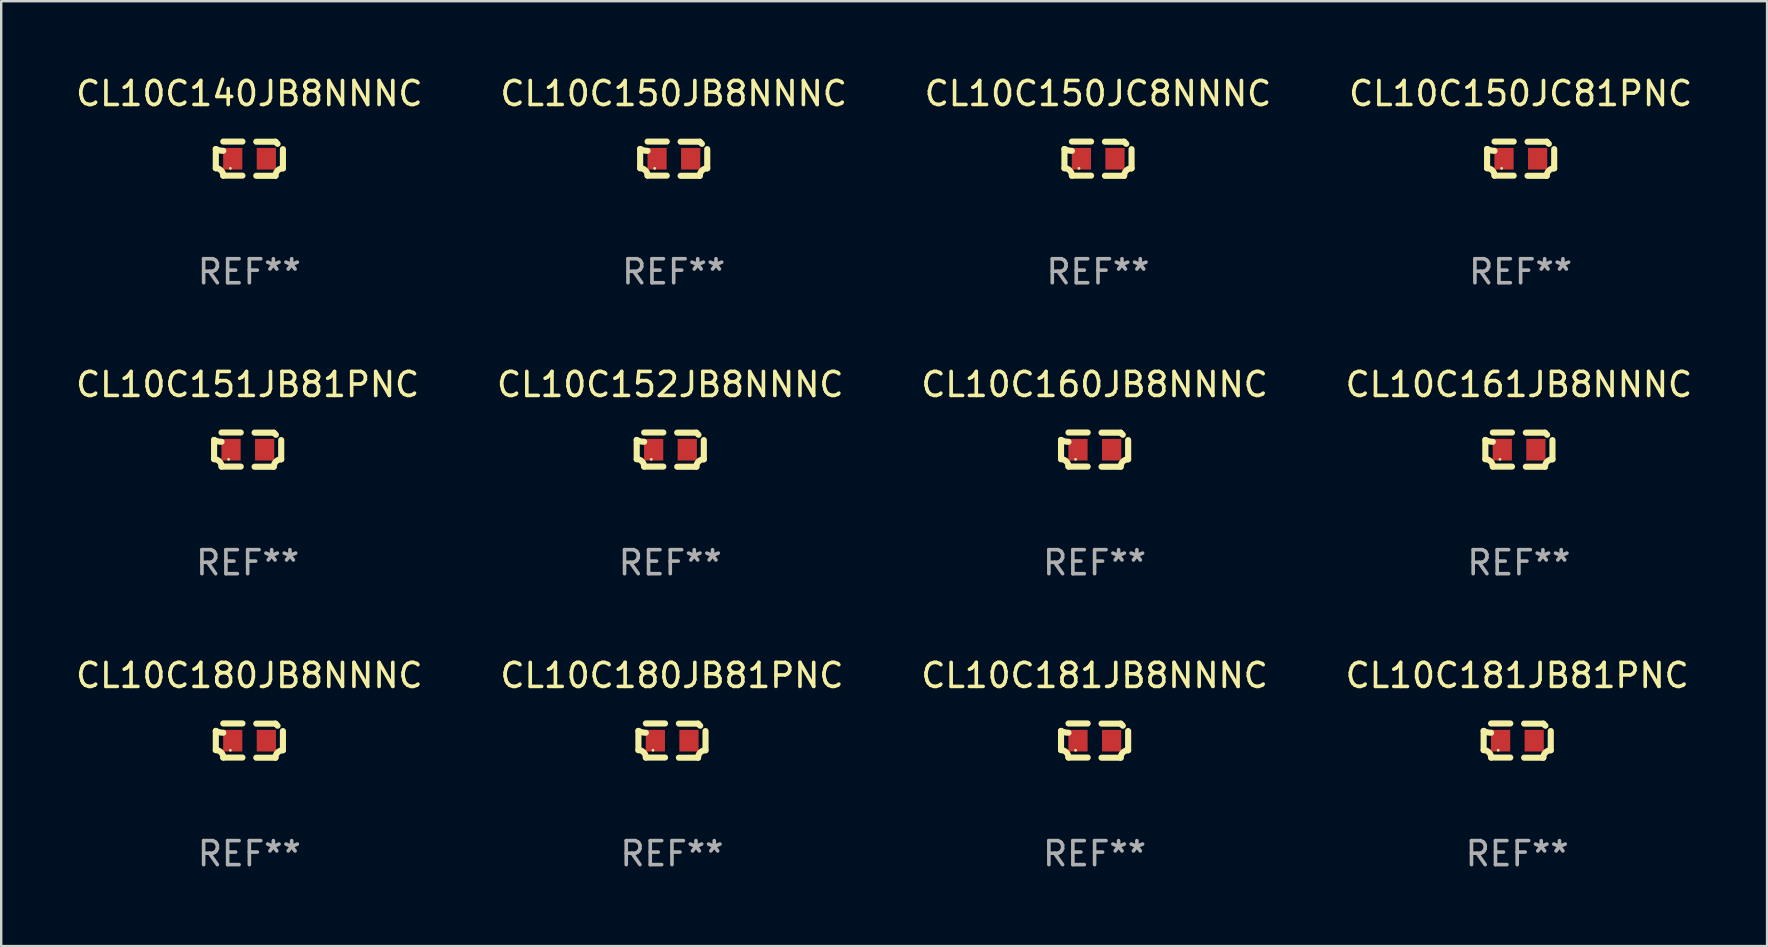
<source format=kicad_pcb>
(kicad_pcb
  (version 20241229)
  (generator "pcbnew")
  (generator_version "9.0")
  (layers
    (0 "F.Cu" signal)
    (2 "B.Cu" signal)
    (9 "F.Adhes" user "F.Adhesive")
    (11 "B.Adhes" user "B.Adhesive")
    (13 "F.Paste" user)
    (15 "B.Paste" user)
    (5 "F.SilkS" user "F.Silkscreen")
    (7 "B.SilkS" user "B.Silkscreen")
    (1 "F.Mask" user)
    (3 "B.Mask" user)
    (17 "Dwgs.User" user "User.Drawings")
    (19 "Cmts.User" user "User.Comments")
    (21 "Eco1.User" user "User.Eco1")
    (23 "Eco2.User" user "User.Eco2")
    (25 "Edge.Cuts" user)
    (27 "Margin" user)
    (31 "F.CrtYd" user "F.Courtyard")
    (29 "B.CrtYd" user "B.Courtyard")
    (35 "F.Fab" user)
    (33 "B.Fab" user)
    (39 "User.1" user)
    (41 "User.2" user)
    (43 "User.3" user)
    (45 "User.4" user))
  (footprint "CL10C140JB8NNNC"
    (layer "F.Cu")
    (at 7.339 3.561)
    (property "Reference" "CL10C140JB8NNNC" (at 0 -2.713 0) (layer "F.SilkS") (effects (font (size 1 1) (thickness 0.15))))
    (attr through_hole)
    (fp_line (start -1.398 -0.403) (end -1.398 0.397) (stroke (width 0.254) (type solid)) (layer "F.SilkS"))
    (fp_line (start -0.288 -0.713) (end -1.088 -0.713) (stroke (width 0.254) (type solid)) (layer "F.SilkS"))
    (fp_line (start -0.288 0.707) (end -1.088 0.707) (stroke (width 0.254) (type solid)) (layer "F.SilkS"))
    (fp_line (start 0.288 -0.707) (end 1.088 -0.707) (stroke (width 0.254) (type solid)) (layer "F.SilkS"))
    (fp_line (start 0.288 0.713) (end 1.088 0.713) (stroke (width 0.254) (type solid)) (layer "F.SilkS"))
    (fp_line (start 1.398 -0.397) (end 1.398 0.403) (stroke (width 0.254) (type solid)) (layer "F.SilkS"))
    (fp_arc (start -1.397789 0.397066) (mid -1.178701 0.487826) (end -1.08796 0.706922) (stroke (width 0.254001) (type solid)) (layer "F.SilkS"))
    (fp_arc (start -1.08796 -0.327176) (mid -1.247436 -0.346384) (end -1.39779 -0.402908) (stroke (width 0.254001) (type solid)) (layer "F.SilkS"))
    (fp_arc (start 1.087909 0.712738) (mid 1.178656 0.493655) (end 1.397739 0.402908) (stroke (width 0.254001) (type solid)) (layer "F.SilkS"))
    (fp_arc (start 1.175925 -0.618926) (mid 1.131917 -0.662923) (end 1.08791 -0.706922) (stroke (width 0.254001) (type solid)) (layer "F.SilkS"))
    (fp_circle (center -0.792 0.403) (end -0.762 0.403) (stroke (width 0.06) (type solid)) (fill no) (layer "F.SilkS"))
    (fp_text user "REF**" (at 0 4.713 0) (layer "F.Fab") (effects (font (size 1 1) (thickness 0.15))))
    (pad "1" smd rect (at -0.692 0.003) (size 0.8 0.9) (layers "F.Cu" "F.Mask" "F.Paste"))
    (pad "2" smd rect (at 0.708 0.003) (size 0.8 0.9) (layers "F.Cu" "F.Mask" "F.Paste")))
  (footprint "CL10C150JC8NNNC"
    (layer "F.Cu")
    (at 42.696 3.561)
    (property "Reference" "CL10C150JC8NNNC" (at 0 -2.713 0) (layer "F.SilkS") (effects (font (size 1 1) (thickness 0.15))))
    (attr through_hole)
    (fp_line (start -1.398 -0.403) (end -1.398 0.397) (stroke (width 0.254) (type solid)) (layer "F.SilkS"))
    (fp_line (start -0.288 -0.713) (end -1.088 -0.713) (stroke (width 0.254) (type solid)) (layer "F.SilkS"))
    (fp_line (start -0.288 0.707) (end -1.088 0.707) (stroke (width 0.254) (type solid)) (layer "F.SilkS"))
    (fp_line (start 0.288 -0.707) (end 1.088 -0.707) (stroke (width 0.254) (type solid)) (layer "F.SilkS"))
    (fp_line (start 0.288 0.713) (end 1.088 0.713) (stroke (width 0.254) (type solid)) (layer "F.SilkS"))
    (fp_line (start 1.398 -0.397) (end 1.398 0.403) (stroke (width 0.254) (type solid)) (layer "F.SilkS"))
    (fp_arc (start -1.397789 0.397066) (mid -1.178701 0.487826) (end -1.08796 0.706922) (stroke (width 0.254001) (type solid)) (layer "F.SilkS"))
    (fp_arc (start -1.08796 -0.327176) (mid -1.247436 -0.346384) (end -1.39779 -0.402908) (stroke (width 0.254001) (type solid)) (layer "F.SilkS"))
    (fp_arc (start 1.087909 0.712738) (mid 1.178656 0.493655) (end 1.397739 0.402908) (stroke (width 0.254001) (type solid)) (layer "F.SilkS"))
    (fp_arc (start 1.175925 -0.618926) (mid 1.131917 -0.662923) (end 1.08791 -0.706922) (stroke (width 0.254001) (type solid)) (layer "F.SilkS"))
    (fp_circle (center -0.792 0.403) (end -0.762 0.403) (stroke (width 0.06) (type solid)) (fill no) (layer "F.SilkS"))
    (fp_text user "REF**" (at 0 4.713 0) (layer "F.Fab") (effects (font (size 1 1) (thickness 0.15))))
    (pad "1" smd rect (at -0.692 0.003) (size 0.8 0.9) (layers "F.Cu" "F.Mask" "F.Paste"))
    (pad "2" smd rect (at 0.708 0.003) (size 0.8 0.9) (layers "F.Cu" "F.Mask" "F.Paste")))
  (footprint "CL10C180JB8NNNC"
    (layer "F.Cu")
    (at 7.339 27.805)
    (property "Reference" "CL10C180JB8NNNC" (at 0 -2.713 0) (layer "F.SilkS") (effects (font (size 1 1) (thickness 0.15))))
    (attr through_hole)
    (fp_line (start -1.398 -0.403) (end -1.398 0.397) (stroke (width 0.254) (type solid)) (layer "F.SilkS"))
    (fp_line (start -0.288 -0.713) (end -1.088 -0.713) (stroke (width 0.254) (type solid)) (layer "F.SilkS"))
    (fp_line (start -0.288 0.707) (end -1.088 0.707) (stroke (width 0.254) (type solid)) (layer "F.SilkS"))
    (fp_line (start 0.288 -0.707) (end 1.088 -0.707) (stroke (width 0.254) (type solid)) (layer "F.SilkS"))
    (fp_line (start 0.288 0.713) (end 1.088 0.713) (stroke (width 0.254) (type solid)) (layer "F.SilkS"))
    (fp_line (start 1.398 -0.397) (end 1.398 0.403) (stroke (width 0.254) (type solid)) (layer "F.SilkS"))
    (fp_arc (start -1.397789 0.397066) (mid -1.178701 0.487826) (end -1.08796 0.706922) (stroke (width 0.254001) (type solid)) (layer "F.SilkS"))
    (fp_arc (start -1.08796 -0.327176) (mid -1.247436 -0.346384) (end -1.39779 -0.402908) (stroke (width 0.254001) (type solid)) (layer "F.SilkS"))
    (fp_arc (start 1.087909 0.712738) (mid 1.178656 0.493655) (end 1.397739 0.402908) (stroke (width 0.254001) (type solid)) (layer "F.SilkS"))
    (fp_arc (start 1.175925 -0.618926) (mid 1.131917 -0.662923) (end 1.08791 -0.706922) (stroke (width 0.254001) (type solid)) (layer "F.SilkS"))
    (fp_circle (center -0.792 0.403) (end -0.762 0.403) (stroke (width 0.06) (type solid)) (fill no) (layer "F.SilkS"))
    (fp_text user "REF**" (at 0 4.713 0) (layer "F.Fab") (effects (font (size 1 1) (thickness 0.15))))
    (pad "1" smd rect (at -0.692 0.003) (size 0.8 0.9) (layers "F.Cu" "F.Mask" "F.Paste"))
    (pad "2" smd rect (at 0.708 0.003) (size 0.8 0.9) (layers "F.Cu" "F.Mask" "F.Paste")))
  (footprint "CL10C150JB8NNNC"
    (layer "F.Cu")
    (at 25.018 3.561)
    (property "Reference" "CL10C150JB8NNNC" (at 0 -2.713 0) (layer "F.SilkS") (effects (font (size 1 1) (thickness 0.15))))
    (attr through_hole)
    (fp_line (start -1.398 -0.403) (end -1.398 0.397) (stroke (width 0.254) (type solid)) (layer "F.SilkS"))
    (fp_line (start -0.288 -0.713) (end -1.088 -0.713) (stroke (width 0.254) (type solid)) (layer "F.SilkS"))
    (fp_line (start -0.288 0.707) (end -1.088 0.707) (stroke (width 0.254) (type solid)) (layer "F.SilkS"))
    (fp_line (start 0.288 -0.707) (end 1.088 -0.707) (stroke (width 0.254) (type solid)) (layer "F.SilkS"))
    (fp_line (start 0.288 0.713) (end 1.088 0.713) (stroke (width 0.254) (type solid)) (layer "F.SilkS"))
    (fp_line (start 1.398 -0.397) (end 1.398 0.403) (stroke (width 0.254) (type solid)) (layer "F.SilkS"))
    (fp_arc (start -1.397789 0.397066) (mid -1.178701 0.487826) (end -1.08796 0.706922) (stroke (width 0.254001) (type solid)) (layer "F.SilkS"))
    (fp_arc (start -1.08796 -0.327176) (mid -1.247436 -0.346384) (end -1.39779 -0.402908) (stroke (width 0.254001) (type solid)) (layer "F.SilkS"))
    (fp_arc (start 1.087909 0.712738) (mid 1.178656 0.493655) (end 1.397739 0.402908) (stroke (width 0.254001) (type solid)) (layer "F.SilkS"))
    (fp_arc (start 1.175925 -0.618926) (mid 1.131917 -0.662923) (end 1.08791 -0.706922) (stroke (width 0.254001) (type solid)) (layer "F.SilkS"))
    (fp_circle (center -0.792 0.403) (end -0.762 0.403) (stroke (width 0.06) (type solid)) (fill no) (layer "F.SilkS"))
    (fp_text user "REF**" (at 0 4.713 0) (layer "F.Fab") (effects (font (size 1 1) (thickness 0.15))))
    (pad "1" smd rect (at -0.692 0.003) (size 0.8 0.9) (layers "F.Cu" "F.Mask" "F.Paste"))
    (pad "2" smd rect (at 0.708 0.003) (size 0.8 0.9) (layers "F.Cu" "F.Mask" "F.Paste")))
  (footprint "CL10C151JB81PNC"
    (layer "F.Cu")
    (at 7.268 15.683)
    (property "Reference" "CL10C151JB81PNC" (at 0 -2.713 0) (layer "F.SilkS") (effects (font (size 1 1) (thickness 0.15))))
    (attr through_hole)
    (fp_line (start -1.398 -0.403) (end -1.398 0.397) (stroke (width 0.254) (type solid)) (layer "F.SilkS"))
    (fp_line (start -0.288 -0.713) (end -1.088 -0.713) (stroke (width 0.254) (type solid)) (layer "F.SilkS"))
    (fp_line (start -0.288 0.707) (end -1.088 0.707) (stroke (width 0.254) (type solid)) (layer "F.SilkS"))
    (fp_line (start 0.288 -0.707) (end 1.088 -0.707) (stroke (width 0.254) (type solid)) (layer "F.SilkS"))
    (fp_line (start 0.288 0.713) (end 1.088 0.713) (stroke (width 0.254) (type solid)) (layer "F.SilkS"))
    (fp_line (start 1.398 -0.397) (end 1.398 0.403) (stroke (width 0.254) (type solid)) (layer "F.SilkS"))
    (fp_arc (start -1.397789 0.397066) (mid -1.178701 0.487826) (end -1.08796 0.706922) (stroke (width 0.254001) (type solid)) (layer "F.SilkS"))
    (fp_arc (start -1.08796 -0.327176) (mid -1.247436 -0.346384) (end -1.39779 -0.402908) (stroke (width 0.254001) (type solid)) (layer "F.SilkS"))
    (fp_arc (start 1.087909 0.712738) (mid 1.178656 0.493655) (end 1.397739 0.402908) (stroke (width 0.254001) (type solid)) (layer "F.SilkS"))
    (fp_arc (start 1.175925 -0.618926) (mid 1.131917 -0.662923) (end 1.08791 -0.706922) (stroke (width 0.254001) (type solid)) (layer "F.SilkS"))
    (fp_circle (center -0.792 0.403) (end -0.762 0.403) (stroke (width 0.06) (type solid)) (fill no) (layer "F.SilkS"))
    (fp_text user "REF**" (at 0 4.713 0) (layer "F.Fab") (effects (font (size 1 1) (thickness 0.15))))
    (pad "1" smd rect (at -0.692 0.003) (size 0.8 0.9) (layers "F.Cu" "F.Mask" "F.Paste"))
    (pad "2" smd rect (at 0.708 0.003) (size 0.8 0.9) (layers "F.Cu" "F.Mask" "F.Paste")))
  (footprint "CL10C161JB8NNNC"
    (layer "F.Cu")
    (at 60.232 15.683)
    (property "Reference" "CL10C161JB8NNNC" (at 0 -2.713 0) (layer "F.SilkS") (effects (font (size 1 1) (thickness 0.15))))
    (attr through_hole)
    (fp_line (start -1.398 -0.403) (end -1.398 0.397) (stroke (width 0.254) (type solid)) (layer "F.SilkS"))
    (fp_line (start -0.288 -0.713) (end -1.088 -0.713) (stroke (width 0.254) (type solid)) (layer "F.SilkS"))
    (fp_line (start -0.288 0.707) (end -1.088 0.707) (stroke (width 0.254) (type solid)) (layer "F.SilkS"))
    (fp_line (start 0.288 -0.707) (end 1.088 -0.707) (stroke (width 0.254) (type solid)) (layer "F.SilkS"))
    (fp_line (start 0.288 0.713) (end 1.088 0.713) (stroke (width 0.254) (type solid)) (layer "F.SilkS"))
    (fp_line (start 1.398 -0.397) (end 1.398 0.403) (stroke (width 0.254) (type solid)) (layer "F.SilkS"))
    (fp_arc (start -1.397789 0.397066) (mid -1.178701 0.487826) (end -1.08796 0.706922) (stroke (width 0.254001) (type solid)) (layer "F.SilkS"))
    (fp_arc (start -1.08796 -0.327176) (mid -1.247436 -0.346384) (end -1.39779 -0.402908) (stroke (width 0.254001) (type solid)) (layer "F.SilkS"))
    (fp_arc (start 1.087909 0.712738) (mid 1.178656 0.493655) (end 1.397739 0.402908) (stroke (width 0.254001) (type solid)) (layer "F.SilkS"))
    (fp_arc (start 1.175925 -0.618926) (mid 1.131917 -0.662923) (end 1.08791 -0.706922) (stroke (width 0.254001) (type solid)) (layer "F.SilkS"))
    (fp_circle (center -0.792 0.403) (end -0.762 0.403) (stroke (width 0.06) (type solid)) (fill no) (layer "F.SilkS"))
    (fp_text user "REF**" (at 0 4.713 0) (layer "F.Fab") (effects (font (size 1 1) (thickness 0.15))))
    (pad "1" smd rect (at -0.692 0.003) (size 0.8 0.9) (layers "F.Cu" "F.Mask" "F.Paste"))
    (pad "2" smd rect (at 0.708 0.003) (size 0.8 0.9) (layers "F.Cu" "F.Mask" "F.Paste")))
  (footprint "CL10C181JB8NNNC"
    (layer "F.Cu")
    (at 42.554 27.805)
    (property "Reference" "CL10C181JB8NNNC" (at 0 -2.713 0) (layer "F.SilkS") (effects (font (size 1 1) (thickness 0.15))))
    (attr through_hole)
    (fp_line (start -1.398 -0.403) (end -1.398 0.397) (stroke (width 0.254) (type solid)) (layer "F.SilkS"))
    (fp_line (start -0.288 -0.713) (end -1.088 -0.713) (stroke (width 0.254) (type solid)) (layer "F.SilkS"))
    (fp_line (start -0.288 0.707) (end -1.088 0.707) (stroke (width 0.254) (type solid)) (layer "F.SilkS"))
    (fp_line (start 0.288 -0.707) (end 1.088 -0.707) (stroke (width 0.254) (type solid)) (layer "F.SilkS"))
    (fp_line (start 0.288 0.713) (end 1.088 0.713) (stroke (width 0.254) (type solid)) (layer "F.SilkS"))
    (fp_line (start 1.398 -0.397) (end 1.398 0.403) (stroke (width 0.254) (type solid)) (layer "F.SilkS"))
    (fp_arc (start -1.397789 0.397066) (mid -1.178701 0.487826) (end -1.08796 0.706922) (stroke (width 0.254001) (type solid)) (layer "F.SilkS"))
    (fp_arc (start -1.08796 -0.327176) (mid -1.247436 -0.346384) (end -1.39779 -0.402908) (stroke (width 0.254001) (type solid)) (layer "F.SilkS"))
    (fp_arc (start 1.087909 0.712738) (mid 1.178656 0.493655) (end 1.397739 0.402908) (stroke (width 0.254001) (type solid)) (layer "F.SilkS"))
    (fp_arc (start 1.175925 -0.618926) (mid 1.131917 -0.662923) (end 1.08791 -0.706922) (stroke (width 0.254001) (type solid)) (layer "F.SilkS"))
    (fp_circle (center -0.792 0.403) (end -0.762 0.403) (stroke (width 0.06) (type solid)) (fill no) (layer "F.SilkS"))
    (fp_text user "REF**" (at 0 4.713 0) (layer "F.Fab") (effects (font (size 1 1) (thickness 0.15))))
    (pad "1" smd rect (at -0.692 0.003) (size 0.8 0.9) (layers "F.Cu" "F.Mask" "F.Paste"))
    (pad "2" smd rect (at 0.708 0.003) (size 0.8 0.9) (layers "F.Cu" "F.Mask" "F.Paste")))
  (footprint "CL10C160JB8NNNC"
    (layer "F.Cu")
    (at 42.554 15.683)
    (property "Reference" "CL10C160JB8NNNC" (at 0 -2.713 0) (layer "F.SilkS") (effects (font (size 1 1) (thickness 0.15))))
    (attr through_hole)
    (fp_line (start -1.398 -0.403) (end -1.398 0.397) (stroke (width 0.254) (type solid)) (layer "F.SilkS"))
    (fp_line (start -0.288 -0.713) (end -1.088 -0.713) (stroke (width 0.254) (type solid)) (layer "F.SilkS"))
    (fp_line (start -0.288 0.707) (end -1.088 0.707) (stroke (width 0.254) (type solid)) (layer "F.SilkS"))
    (fp_line (start 0.288 -0.707) (end 1.088 -0.707) (stroke (width 0.254) (type solid)) (layer "F.SilkS"))
    (fp_line (start 0.288 0.713) (end 1.088 0.713) (stroke (width 0.254) (type solid)) (layer "F.SilkS"))
    (fp_line (start 1.398 -0.397) (end 1.398 0.403) (stroke (width 0.254) (type solid)) (layer "F.SilkS"))
    (fp_arc (start -1.397789 0.397066) (mid -1.178701 0.487826) (end -1.08796 0.706922) (stroke (width 0.254001) (type solid)) (layer "F.SilkS"))
    (fp_arc (start -1.08796 -0.327176) (mid -1.247436 -0.346384) (end -1.39779 -0.402908) (stroke (width 0.254001) (type solid)) (layer "F.SilkS"))
    (fp_arc (start 1.087909 0.712738) (mid 1.178656 0.493655) (end 1.397739 0.402908) (stroke (width 0.254001) (type solid)) (layer "F.SilkS"))
    (fp_arc (start 1.175925 -0.618926) (mid 1.131917 -0.662923) (end 1.08791 -0.706922) (stroke (width 0.254001) (type solid)) (layer "F.SilkS"))
    (fp_circle (center -0.792 0.403) (end -0.762 0.403) (stroke (width 0.06) (type solid)) (fill no) (layer "F.SilkS"))
    (fp_text user "REF**" (at 0 4.713 0) (layer "F.Fab") (effects (font (size 1 1) (thickness 0.15))))
    (pad "1" smd rect (at -0.692 0.003) (size 0.8 0.9) (layers "F.Cu" "F.Mask" "F.Paste"))
    (pad "2" smd rect (at 0.708 0.003) (size 0.8 0.9) (layers "F.Cu" "F.Mask" "F.Paste")))
  (footprint "CL10C150JC81PNC"
    (layer "F.Cu")
    (at 60.304 3.561)
    (property "Reference" "CL10C150JC81PNC" (at 0 -2.713 0) (layer "F.SilkS") (effects (font (size 1 1) (thickness 0.15))))
    (attr through_hole)
    (fp_line (start -1.398 -0.403) (end -1.398 0.397) (stroke (width 0.254) (type solid)) (layer "F.SilkS"))
    (fp_line (start -0.288 -0.713) (end -1.088 -0.713) (stroke (width 0.254) (type solid)) (layer "F.SilkS"))
    (fp_line (start -0.288 0.707) (end -1.088 0.707) (stroke (width 0.254) (type solid)) (layer "F.SilkS"))
    (fp_line (start 0.288 -0.707) (end 1.088 -0.707) (stroke (width 0.254) (type solid)) (layer "F.SilkS"))
    (fp_line (start 0.288 0.713) (end 1.088 0.713) (stroke (width 0.254) (type solid)) (layer "F.SilkS"))
    (fp_line (start 1.398 -0.397) (end 1.398 0.403) (stroke (width 0.254) (type solid)) (layer "F.SilkS"))
    (fp_arc (start -1.397789 0.397066) (mid -1.178701 0.487826) (end -1.08796 0.706922) (stroke (width 0.254001) (type solid)) (layer "F.SilkS"))
    (fp_arc (start -1.08796 -0.327176) (mid -1.247436 -0.346384) (end -1.39779 -0.402908) (stroke (width 0.254001) (type solid)) (layer "F.SilkS"))
    (fp_arc (start 1.087909 0.712738) (mid 1.178656 0.493655) (end 1.397739 0.402908) (stroke (width 0.254001) (type solid)) (layer "F.SilkS"))
    (fp_arc (start 1.175925 -0.618926) (mid 1.131917 -0.662923) (end 1.08791 -0.706922) (stroke (width 0.254001) (type solid)) (layer "F.SilkS"))
    (fp_circle (center -0.792 0.403) (end -0.762 0.403) (stroke (width 0.06) (type solid)) (fill no) (layer "F.SilkS"))
    (fp_text user "REF**" (at 0 4.713 0) (layer "F.Fab") (effects (font (size 1 1) (thickness 0.15))))
    (pad "1" smd rect (at -0.692 0.003) (size 0.8 0.9) (layers "F.Cu" "F.Mask" "F.Paste"))
    (pad "2" smd rect (at 0.708 0.003) (size 0.8 0.9) (layers "F.Cu" "F.Mask" "F.Paste")))
  (footprint "CL10C180JB81PNC"
    (layer "F.Cu")
    (at 24.946 27.805)
    (property "Reference" "CL10C180JB81PNC" (at 0 -2.713 0) (layer "F.SilkS") (effects (font (size 1 1) (thickness 0.15))))
    (attr through_hole)
    (fp_line (start -1.398 -0.403) (end -1.398 0.397) (stroke (width 0.254) (type solid)) (layer "F.SilkS"))
    (fp_line (start -0.288 -0.713) (end -1.088 -0.713) (stroke (width 0.254) (type solid)) (layer "F.SilkS"))
    (fp_line (start -0.288 0.707) (end -1.088 0.707) (stroke (width 0.254) (type solid)) (layer "F.SilkS"))
    (fp_line (start 0.288 -0.707) (end 1.088 -0.707) (stroke (width 0.254) (type solid)) (layer "F.SilkS"))
    (fp_line (start 0.288 0.713) (end 1.088 0.713) (stroke (width 0.254) (type solid)) (layer "F.SilkS"))
    (fp_line (start 1.398 -0.397) (end 1.398 0.403) (stroke (width 0.254) (type solid)) (layer "F.SilkS"))
    (fp_arc (start -1.397789 0.397066) (mid -1.178701 0.487826) (end -1.08796 0.706922) (stroke (width 0.254001) (type solid)) (layer "F.SilkS"))
    (fp_arc (start -1.08796 -0.327176) (mid -1.247436 -0.346384) (end -1.39779 -0.402908) (stroke (width 0.254001) (type solid)) (layer "F.SilkS"))
    (fp_arc (start 1.087909 0.712738) (mid 1.178656 0.493655) (end 1.397739 0.402908) (stroke (width 0.254001) (type solid)) (layer "F.SilkS"))
    (fp_arc (start 1.175925 -0.618926) (mid 1.131917 -0.662923) (end 1.08791 -0.706922) (stroke (width 0.254001) (type solid)) (layer "F.SilkS"))
    (fp_circle (center -0.792 0.403) (end -0.762 0.403) (stroke (width 0.06) (type solid)) (fill no) (layer "F.SilkS"))
    (fp_text user "REF**" (at 0 4.713 0) (layer "F.Fab") (effects (font (size 1 1) (thickness 0.15))))
    (pad "1" smd rect (at -0.692 0.003) (size 0.8 0.9) (layers "F.Cu" "F.Mask" "F.Paste"))
    (pad "2" smd rect (at 0.708 0.003) (size 0.8 0.9) (layers "F.Cu" "F.Mask" "F.Paste")))
  (footprint "CL10C181JB81PNC"
    (layer "F.Cu")
    (at 60.161 27.805)
    (property "Reference" "CL10C181JB81PNC" (at 0 -2.713 0) (layer "F.SilkS") (effects (font (size 1 1) (thickness 0.15))))
    (attr through_hole)
    (fp_line (start -1.398 -0.403) (end -1.398 0.397) (stroke (width 0.254) (type solid)) (layer "F.SilkS"))
    (fp_line (start -0.288 -0.713) (end -1.088 -0.713) (stroke (width 0.254) (type solid)) (layer "F.SilkS"))
    (fp_line (start -0.288 0.707) (end -1.088 0.707) (stroke (width 0.254) (type solid)) (layer "F.SilkS"))
    (fp_line (start 0.288 -0.707) (end 1.088 -0.707) (stroke (width 0.254) (type solid)) (layer "F.SilkS"))
    (fp_line (start 0.288 0.713) (end 1.088 0.713) (stroke (width 0.254) (type solid)) (layer "F.SilkS"))
    (fp_line (start 1.398 -0.397) (end 1.398 0.403) (stroke (width 0.254) (type solid)) (layer "F.SilkS"))
    (fp_arc (start -1.397789 0.397066) (mid -1.178701 0.487826) (end -1.08796 0.706922) (stroke (width 0.254001) (type solid)) (layer "F.SilkS"))
    (fp_arc (start -1.08796 -0.327176) (mid -1.247436 -0.346384) (end -1.39779 -0.402908) (stroke (width 0.254001) (type solid)) (layer "F.SilkS"))
    (fp_arc (start 1.087909 0.712738) (mid 1.178656 0.493655) (end 1.397739 0.402908) (stroke (width 0.254001) (type solid)) (layer "F.SilkS"))
    (fp_arc (start 1.175925 -0.618926) (mid 1.131917 -0.662923) (end 1.08791 -0.706922) (stroke (width 0.254001) (type solid)) (layer "F.SilkS"))
    (fp_circle (center -0.792 0.403) (end -0.762 0.403) (stroke (width 0.06) (type solid)) (fill no) (layer "F.SilkS"))
    (fp_text user "REF**" (at 0 4.713 0) (layer "F.Fab") (effects (font (size 1 1) (thickness 0.15))))
    (pad "1" smd rect (at -0.692 0.003) (size 0.8 0.9) (layers "F.Cu" "F.Mask" "F.Paste"))
    (pad "2" smd rect (at 0.708 0.003) (size 0.8 0.9) (layers "F.Cu" "F.Mask" "F.Paste")))
  (footprint "CL10C152JB8NNNC"
    (layer "F.Cu")
    (at 24.875 15.683)
    (property "Reference" "CL10C152JB8NNNC" (at 0 -2.713 0) (layer "F.SilkS") (effects (font (size 1 1) (thickness 0.15))))
    (attr through_hole)
    (fp_line (start -1.398 -0.403) (end -1.398 0.397) (stroke (width 0.254) (type solid)) (layer "F.SilkS"))
    (fp_line (start -0.288 -0.713) (end -1.088 -0.713) (stroke (width 0.254) (type solid)) (layer "F.SilkS"))
    (fp_line (start -0.288 0.707) (end -1.088 0.707) (stroke (width 0.254) (type solid)) (layer "F.SilkS"))
    (fp_line (start 0.288 -0.707) (end 1.088 -0.707) (stroke (width 0.254) (type solid)) (layer "F.SilkS"))
    (fp_line (start 0.288 0.713) (end 1.088 0.713) (stroke (width 0.254) (type solid)) (layer "F.SilkS"))
    (fp_line (start 1.398 -0.397) (end 1.398 0.403) (stroke (width 0.254) (type solid)) (layer "F.SilkS"))
    (fp_arc (start -1.397789 0.397066) (mid -1.178701 0.487826) (end -1.08796 0.706922) (stroke (width 0.254001) (type solid)) (layer "F.SilkS"))
    (fp_arc (start -1.08796 -0.327176) (mid -1.247436 -0.346384) (end -1.39779 -0.402908) (stroke (width 0.254001) (type solid)) (layer "F.SilkS"))
    (fp_arc (start 1.087909 0.712738) (mid 1.178656 0.493655) (end 1.397739 0.402908) (stroke (width 0.254001) (type solid)) (layer "F.SilkS"))
    (fp_arc (start 1.175925 -0.618926) (mid 1.131917 -0.662923) (end 1.08791 -0.706922) (stroke (width 0.254001) (type solid)) (layer "F.SilkS"))
    (fp_circle (center -0.792 0.403) (end -0.762 0.403) (stroke (width 0.06) (type solid)) (fill no) (layer "F.SilkS"))
    (fp_text user "REF**" (at 0 4.713 0) (layer "F.Fab") (effects (font (size 1 1) (thickness 0.15))))
    (pad "1" smd rect (at -0.692 0.003) (size 0.8 0.9) (layers "F.Cu" "F.Mask" "F.Paste"))
    (pad "2" smd rect (at 0.708 0.003) (size 0.8 0.9) (layers "F.Cu" "F.Mask" "F.Paste")))
  (gr_rect
    (start -3 -3)
    (end 70.571 36.366)
    (stroke (width 0.1) (type default))
    (fill no)
    (layer "Edge.Cuts")))
</source>
